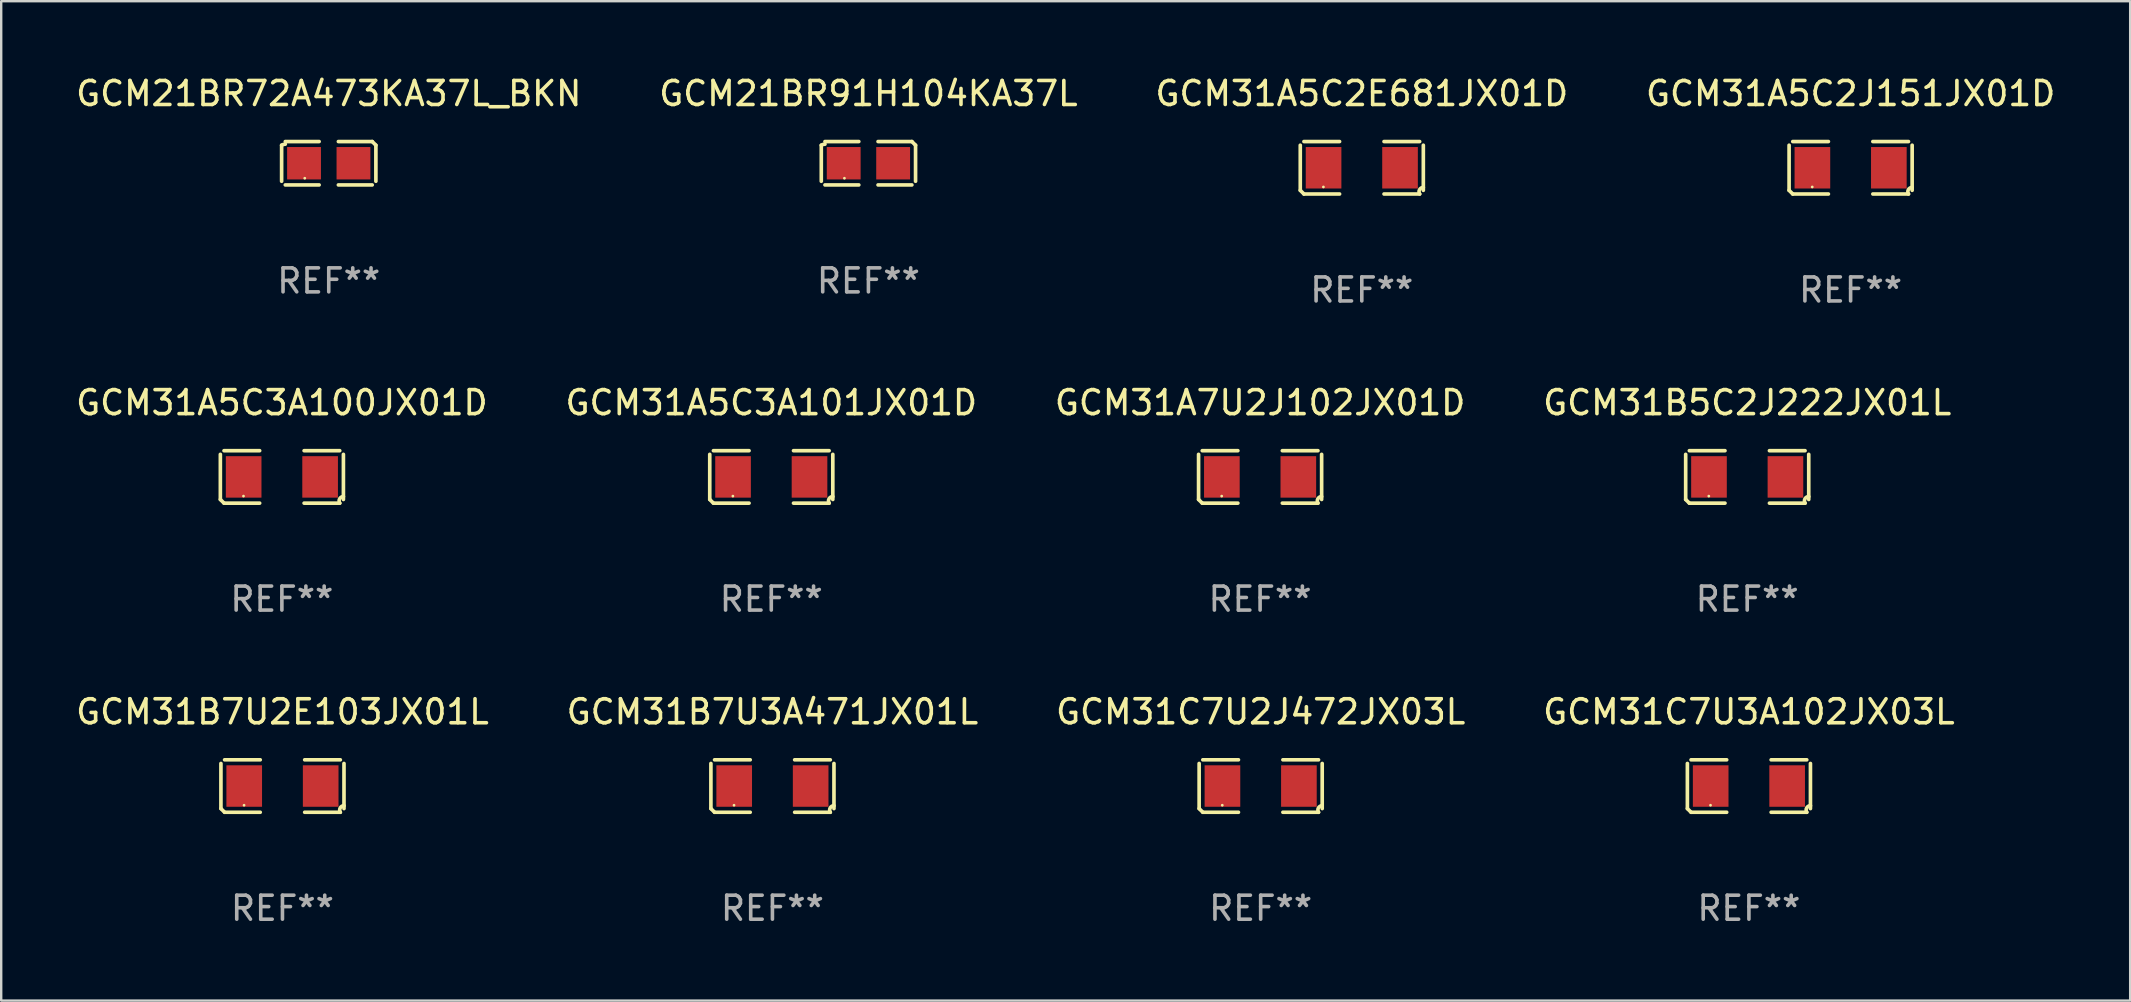
<source format=kicad_pcb>
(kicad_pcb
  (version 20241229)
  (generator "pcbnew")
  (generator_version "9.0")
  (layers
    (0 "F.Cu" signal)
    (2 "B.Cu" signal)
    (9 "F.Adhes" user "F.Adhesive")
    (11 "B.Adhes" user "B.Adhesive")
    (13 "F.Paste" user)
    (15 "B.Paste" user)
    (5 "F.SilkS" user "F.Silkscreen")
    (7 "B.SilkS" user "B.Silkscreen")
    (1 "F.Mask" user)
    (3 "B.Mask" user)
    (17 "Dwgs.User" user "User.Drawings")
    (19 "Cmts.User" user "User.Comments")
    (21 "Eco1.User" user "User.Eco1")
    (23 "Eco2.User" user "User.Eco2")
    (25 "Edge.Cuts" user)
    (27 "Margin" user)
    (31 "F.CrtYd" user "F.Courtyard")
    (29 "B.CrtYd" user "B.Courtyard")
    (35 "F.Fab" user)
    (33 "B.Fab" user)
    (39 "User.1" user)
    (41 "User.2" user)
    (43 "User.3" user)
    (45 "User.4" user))
  (footprint "GCM31B7U3A471JX01L"
    (layer "F.Cu")
    (at 29.137 29.704)
    (property "Reference" "GCM31B7U3A471JX01L" (at 0 -3.093 0) (layer "F.SilkS") (effects (font (size 1 1) (thickness 0.15))))
    (attr through_hole)
    (fp_line (start -2.564 0.94) (end -2.564 -0.94) (stroke (width 0.152) (type solid)) (layer "F.SilkS"))
    (fp_line (start -2.411 -1.093) (end -0.926 -1.093) (stroke (width 0.152) (type solid)) (layer "F.SilkS"))
    (fp_line (start -0.926 1.093) (end -2.411 1.093) (stroke (width 0.152) (type solid)) (layer "F.SilkS"))
    (fp_line (start 0.926 1.093) (end 2.411 1.093) (stroke (width 0.152) (type solid)) (layer "F.SilkS"))
    (fp_line (start 2.411 -1.093) (end 0.926 -1.093) (stroke (width 0.152) (type solid)) (layer "F.SilkS"))
    (fp_line (start 2.564 0.94) (end 2.564 -0.94) (stroke (width 0.152) (type solid)) (layer "F.SilkS"))
    (fp_arc (start -2.411201 1.092609) (mid -2.487413 1.01642) (end -2.563602 0.940208) (stroke (width 0.1524) (type solid)) (layer "F.SilkS"))
    (fp_arc (start 2.411201 1.092609) (mid 2.407159 0.911226) (end 2.563602 0.819347) (stroke (width 0.1524) (type solid)) (layer "F.SilkS"))
    (fp_circle (center -1.6 0.8) (end -1.57 0.8) (stroke (width 0.06) (type solid)) (fill no) (layer "F.SilkS"))
    (fp_text user "REF**" (at 0 5.093 0) (layer "F.Fab") (effects (font (size 1 1) (thickness 0.15))))
    (pad "1" smd rect (at -1.593 0) (size 1.485 1.728) (layers "F.Cu" "F.Mask" "F.Paste"))
    (pad "2" smd rect (at 1.593 0) (size 1.485 1.728) (layers "F.Cu" "F.Mask" "F.Paste")))
  (footprint "GCM31A5C2J151JX01D"
    (layer "F.Cu")
    (at 74.065 3.941)
    (property "Reference" "GCM31A5C2J151JX01D" (at 0 -3.093 0) (layer "F.SilkS") (effects (font (size 1 1) (thickness 0.15))))
    (attr through_hole)
    (fp_line (start -2.564 0.94) (end -2.564 -0.94) (stroke (width 0.152) (type solid)) (layer "F.SilkS"))
    (fp_line (start -2.411 -1.093) (end -0.926 -1.093) (stroke (width 0.152) (type solid)) (layer "F.SilkS"))
    (fp_line (start -0.926 1.093) (end -2.411 1.093) (stroke (width 0.152) (type solid)) (layer "F.SilkS"))
    (fp_line (start 0.926 1.093) (end 2.411 1.093) (stroke (width 0.152) (type solid)) (layer "F.SilkS"))
    (fp_line (start 2.411 -1.093) (end 0.926 -1.093) (stroke (width 0.152) (type solid)) (layer "F.SilkS"))
    (fp_line (start 2.564 0.94) (end 2.564 -0.94) (stroke (width 0.152) (type solid)) (layer "F.SilkS"))
    (fp_arc (start -2.411201 1.092609) (mid -2.487413 1.01642) (end -2.563602 0.940208) (stroke (width 0.1524) (type solid)) (layer "F.SilkS"))
    (fp_arc (start 2.411201 1.092609) (mid 2.407159 0.911226) (end 2.563602 0.819347) (stroke (width 0.1524) (type solid)) (layer "F.SilkS"))
    (fp_circle (center -1.6 0.8) (end -1.57 0.8) (stroke (width 0.06) (type solid)) (fill no) (layer "F.SilkS"))
    (fp_text user "REF**" (at 0 5.093 0) (layer "F.Fab") (effects (font (size 1 1) (thickness 0.15))))
    (pad "1" smd rect (at -1.593 0) (size 1.485 1.728) (layers "F.Cu" "F.Mask" "F.Paste"))
    (pad "2" smd rect (at 1.593 0) (size 1.485 1.728) (layers "F.Cu" "F.Mask" "F.Paste")))
  (footprint "GCM21BR72A473KA37L_BKN"
    (layer "F.Cu")
    (at 10.649 3.752)
    (property "Reference" "GCM21BR72A473KA37L_BKN" (at 0 -2.904 0) (layer "F.SilkS") (effects (font (size 1 1) (thickness 0.15))))
    (attr through_hole)
    (fp_line (start -1.964 0.751) (end -1.964 -0.751) (stroke (width 0.152) (type solid)) (layer "F.SilkS"))
    (fp_line (start -1.811 -0.904) (end -0.401 -0.904) (stroke (width 0.152) (type solid)) (layer "F.SilkS"))
    (fp_line (start -0.401 0.904) (end -1.811 0.904) (stroke (width 0.152) (type solid)) (layer "F.SilkS"))
    (fp_line (start 0.401 0.904) (end 1.811 0.904) (stroke (width 0.152) (type solid)) (layer "F.SilkS"))
    (fp_line (start 1.811 -0.904) (end 0.401 -0.904) (stroke (width 0.152) (type solid)) (layer "F.SilkS"))
    (fp_line (start 1.964 0.751) (end 1.964 -0.751) (stroke (width 0.152) (type solid)) (layer "F.SilkS"))
    (fp_arc (start -1.963602 -0.751207) (mid -1.890354 -0.783131) (end -1.811201 -0.794044) (stroke (width 0.1524) (type solid)) (layer "F.SilkS"))
    (fp_arc (start 1.811202 -0.903607) (mid 1.887413 -0.827418) (end 1.963602 -0.751207) (stroke (width 0.1524) (type solid)) (layer "F.SilkS"))
    (fp_circle (center -1 0.625) (end -0.97 0.625) (stroke (width 0.06) (type solid)) (fill no) (layer "F.SilkS"))
    (fp_text user "REF**" (at 0 4.904 0) (layer "F.Fab") (effects (font (size 1 1) (thickness 0.15))))
    (pad "1" smd rect (at -1.03 0) (size 1.41 1.35) (layers "F.Cu" "F.Mask" "F.Paste"))
    (pad "2" smd rect (at 1.03 0) (size 1.41 1.35) (layers "F.Cu" "F.Mask" "F.Paste")))
  (footprint "GCM21BR91H104KA37L"
    (layer "F.Cu")
    (at 33.137 3.752)
    (property "Reference" "GCM21BR91H104KA37L" (at 0 -2.904 0) (layer "F.SilkS") (effects (font (size 1 1) (thickness 0.15))))
    (attr through_hole)
    (fp_line (start -1.964 0.751) (end -1.964 -0.751) (stroke (width 0.152) (type solid)) (layer "F.SilkS"))
    (fp_line (start -1.811 -0.904) (end -0.401 -0.904) (stroke (width 0.152) (type solid)) (layer "F.SilkS"))
    (fp_line (start -0.401 0.904) (end -1.811 0.904) (stroke (width 0.152) (type solid)) (layer "F.SilkS"))
    (fp_line (start 0.401 0.904) (end 1.811 0.904) (stroke (width 0.152) (type solid)) (layer "F.SilkS"))
    (fp_line (start 1.811 -0.904) (end 0.401 -0.904) (stroke (width 0.152) (type solid)) (layer "F.SilkS"))
    (fp_line (start 1.964 0.751) (end 1.964 -0.751) (stroke (width 0.152) (type solid)) (layer "F.SilkS"))
    (fp_arc (start -1.963602 -0.751207) (mid -1.890354 -0.783131) (end -1.811201 -0.794044) (stroke (width 0.1524) (type solid)) (layer "F.SilkS"))
    (fp_arc (start 1.811202 -0.903607) (mid 1.887413 -0.827418) (end 1.963602 -0.751207) (stroke (width 0.1524) (type solid)) (layer "F.SilkS"))
    (fp_circle (center -1 0.625) (end -0.97 0.625) (stroke (width 0.06) (type solid)) (fill no) (layer "F.SilkS"))
    (fp_text user "REF**" (at 0 4.904 0) (layer "F.Fab") (effects (font (size 1 1) (thickness 0.15))))
    (pad "1" smd rect (at -1.03 0) (size 1.41 1.35) (layers "F.Cu" "F.Mask" "F.Paste"))
    (pad "2" smd rect (at 1.03 0) (size 1.41 1.35) (layers "F.Cu" "F.Mask" "F.Paste")))
  (footprint "GCM31A5C3A101JX01D"
    (layer "F.Cu")
    (at 29.089 16.823)
    (property "Reference" "GCM31A5C3A101JX01D" (at 0 -3.093 0) (layer "F.SilkS") (effects (font (size 1 1) (thickness 0.15))))
    (attr through_hole)
    (fp_line (start -2.564 0.94) (end -2.564 -0.94) (stroke (width 0.152) (type solid)) (layer "F.SilkS"))
    (fp_line (start -2.411 -1.093) (end -0.926 -1.093) (stroke (width 0.152) (type solid)) (layer "F.SilkS"))
    (fp_line (start -0.926 1.093) (end -2.411 1.093) (stroke (width 0.152) (type solid)) (layer "F.SilkS"))
    (fp_line (start 0.926 1.093) (end 2.411 1.093) (stroke (width 0.152) (type solid)) (layer "F.SilkS"))
    (fp_line (start 2.411 -1.093) (end 0.926 -1.093) (stroke (width 0.152) (type solid)) (layer "F.SilkS"))
    (fp_line (start 2.564 0.94) (end 2.564 -0.94) (stroke (width 0.152) (type solid)) (layer "F.SilkS"))
    (fp_arc (start -2.411201 1.092609) (mid -2.487413 1.01642) (end -2.563602 0.940208) (stroke (width 0.1524) (type solid)) (layer "F.SilkS"))
    (fp_arc (start 2.411201 1.092609) (mid 2.407159 0.911226) (end 2.563602 0.819347) (stroke (width 0.1524) (type solid)) (layer "F.SilkS"))
    (fp_circle (center -1.6 0.8) (end -1.57 0.8) (stroke (width 0.06) (type solid)) (fill no) (layer "F.SilkS"))
    (fp_text user "REF**" (at 0 5.093 0) (layer "F.Fab") (effects (font (size 1 1) (thickness 0.15))))
    (pad "1" smd rect (at -1.593 0) (size 1.485 1.728) (layers "F.Cu" "F.Mask" "F.Paste"))
    (pad "2" smd rect (at 1.593 0) (size 1.485 1.728) (layers "F.Cu" "F.Mask" "F.Paste")))
  (footprint "GCM31B7U2E103JX01L"
    (layer "F.Cu")
    (at 8.72 29.704)
    (property "Reference" "GCM31B7U2E103JX01L" (at 0 -3.093 0) (layer "F.SilkS") (effects (font (size 1 1) (thickness 0.15))))
    (attr through_hole)
    (fp_line (start -2.564 0.94) (end -2.564 -0.94) (stroke (width 0.152) (type solid)) (layer "F.SilkS"))
    (fp_line (start -2.411 -1.093) (end -0.926 -1.093) (stroke (width 0.152) (type solid)) (layer "F.SilkS"))
    (fp_line (start -0.926 1.093) (end -2.411 1.093) (stroke (width 0.152) (type solid)) (layer "F.SilkS"))
    (fp_line (start 0.926 1.093) (end 2.411 1.093) (stroke (width 0.152) (type solid)) (layer "F.SilkS"))
    (fp_line (start 2.411 -1.093) (end 0.926 -1.093) (stroke (width 0.152) (type solid)) (layer "F.SilkS"))
    (fp_line (start 2.564 0.94) (end 2.564 -0.94) (stroke (width 0.152) (type solid)) (layer "F.SilkS"))
    (fp_arc (start -2.411201 1.092609) (mid -2.487413 1.01642) (end -2.563602 0.940208) (stroke (width 0.1524) (type solid)) (layer "F.SilkS"))
    (fp_arc (start 2.411201 1.092609) (mid 2.407159 0.911226) (end 2.563602 0.819347) (stroke (width 0.1524) (type solid)) (layer "F.SilkS"))
    (fp_circle (center -1.6 0.8) (end -1.57 0.8) (stroke (width 0.06) (type solid)) (fill no) (layer "F.SilkS"))
    (fp_text user "REF**" (at 0 5.093 0) (layer "F.Fab") (effects (font (size 1 1) (thickness 0.15))))
    (pad "1" smd rect (at -1.593 0) (size 1.485 1.728) (layers "F.Cu" "F.Mask" "F.Paste"))
    (pad "2" smd rect (at 1.593 0) (size 1.485 1.728) (layers "F.Cu" "F.Mask" "F.Paste")))
  (footprint "GCM31B5C2J222JX01L"
    (layer "F.Cu")
    (at 69.756 16.823)
    (property "Reference" "GCM31B5C2J222JX01L" (at 0 -3.093 0) (layer "F.SilkS") (effects (font (size 1 1) (thickness 0.15))))
    (attr through_hole)
    (fp_line (start -2.564 0.94) (end -2.564 -0.94) (stroke (width 0.152) (type solid)) (layer "F.SilkS"))
    (fp_line (start -2.411 -1.093) (end -0.926 -1.093) (stroke (width 0.152) (type solid)) (layer "F.SilkS"))
    (fp_line (start -0.926 1.093) (end -2.411 1.093) (stroke (width 0.152) (type solid)) (layer "F.SilkS"))
    (fp_line (start 0.926 1.093) (end 2.411 1.093) (stroke (width 0.152) (type solid)) (layer "F.SilkS"))
    (fp_line (start 2.411 -1.093) (end 0.926 -1.093) (stroke (width 0.152) (type solid)) (layer "F.SilkS"))
    (fp_line (start 2.564 0.94) (end 2.564 -0.94) (stroke (width 0.152) (type solid)) (layer "F.SilkS"))
    (fp_arc (start -2.411201 1.092609) (mid -2.487413 1.01642) (end -2.563602 0.940208) (stroke (width 0.1524) (type solid)) (layer "F.SilkS"))
    (fp_arc (start 2.411201 1.092609) (mid 2.407159 0.911226) (end 2.563602 0.819347) (stroke (width 0.1524) (type solid)) (layer "F.SilkS"))
    (fp_circle (center -1.6 0.8) (end -1.57 0.8) (stroke (width 0.06) (type solid)) (fill no) (layer "F.SilkS"))
    (fp_text user "REF**" (at 0 5.093 0) (layer "F.Fab") (effects (font (size 1 1) (thickness 0.15))))
    (pad "1" smd rect (at -1.593 0) (size 1.485 1.728) (layers "F.Cu" "F.Mask" "F.Paste"))
    (pad "2" smd rect (at 1.593 0) (size 1.485 1.728) (layers "F.Cu" "F.Mask" "F.Paste")))
  (footprint "GCM31A7U2J102JX01D"
    (layer "F.Cu")
    (at 49.458 16.823)
    (property "Reference" "GCM31A7U2J102JX01D" (at 0 -3.093 0) (layer "F.SilkS") (effects (font (size 1 1) (thickness 0.15))))
    (attr through_hole)
    (fp_line (start -2.564 0.94) (end -2.564 -0.94) (stroke (width 0.152) (type solid)) (layer "F.SilkS"))
    (fp_line (start -2.411 -1.093) (end -0.926 -1.093) (stroke (width 0.152) (type solid)) (layer "F.SilkS"))
    (fp_line (start -0.926 1.093) (end -2.411 1.093) (stroke (width 0.152) (type solid)) (layer "F.SilkS"))
    (fp_line (start 0.926 1.093) (end 2.411 1.093) (stroke (width 0.152) (type solid)) (layer "F.SilkS"))
    (fp_line (start 2.411 -1.093) (end 0.926 -1.093) (stroke (width 0.152) (type solid)) (layer "F.SilkS"))
    (fp_line (start 2.564 0.94) (end 2.564 -0.94) (stroke (width 0.152) (type solid)) (layer "F.SilkS"))
    (fp_arc (start -2.411201 1.092609) (mid -2.487413 1.01642) (end -2.563602 0.940208) (stroke (width 0.1524) (type solid)) (layer "F.SilkS"))
    (fp_arc (start 2.411201 1.092609) (mid 2.407159 0.911226) (end 2.563602 0.819347) (stroke (width 0.1524) (type solid)) (layer "F.SilkS"))
    (fp_circle (center -1.6 0.8) (end -1.57 0.8) (stroke (width 0.06) (type solid)) (fill no) (layer "F.SilkS"))
    (fp_text user "REF**" (at 0 5.093 0) (layer "F.Fab") (effects (font (size 1 1) (thickness 0.15))))
    (pad "1" smd rect (at -1.593 0) (size 1.485 1.728) (layers "F.Cu" "F.Mask" "F.Paste"))
    (pad "2" smd rect (at 1.593 0) (size 1.485 1.728) (layers "F.Cu" "F.Mask" "F.Paste")))
  (footprint "GCM31A5C3A100JX01D"
    (layer "F.Cu")
    (at 8.696 16.823)
    (property "Reference" "GCM31A5C3A100JX01D" (at 0 -3.093 0) (layer "F.SilkS") (effects (font (size 1 1) (thickness 0.15))))
    (attr through_hole)
    (fp_line (start -2.564 0.94) (end -2.564 -0.94) (stroke (width 0.152) (type solid)) (layer "F.SilkS"))
    (fp_line (start -2.411 -1.093) (end -0.926 -1.093) (stroke (width 0.152) (type solid)) (layer "F.SilkS"))
    (fp_line (start -0.926 1.093) (end -2.411 1.093) (stroke (width 0.152) (type solid)) (layer "F.SilkS"))
    (fp_line (start 0.926 1.093) (end 2.411 1.093) (stroke (width 0.152) (type solid)) (layer "F.SilkS"))
    (fp_line (start 2.411 -1.093) (end 0.926 -1.093) (stroke (width 0.152) (type solid)) (layer "F.SilkS"))
    (fp_line (start 2.564 0.94) (end 2.564 -0.94) (stroke (width 0.152) (type solid)) (layer "F.SilkS"))
    (fp_arc (start -2.411201 1.092609) (mid -2.487413 1.01642) (end -2.563602 0.940208) (stroke (width 0.1524) (type solid)) (layer "F.SilkS"))
    (fp_arc (start 2.411201 1.092609) (mid 2.407159 0.911226) (end 2.563602 0.819347) (stroke (width 0.1524) (type solid)) (layer "F.SilkS"))
    (fp_circle (center -1.6 0.8) (end -1.57 0.8) (stroke (width 0.06) (type solid)) (fill no) (layer "F.SilkS"))
    (fp_text user "REF**" (at 0 5.093 0) (layer "F.Fab") (effects (font (size 1 1) (thickness 0.15))))
    (pad "1" smd rect (at -1.593 0) (size 1.485 1.728) (layers "F.Cu" "F.Mask" "F.Paste"))
    (pad "2" smd rect (at 1.593 0) (size 1.485 1.728) (layers "F.Cu" "F.Mask" "F.Paste")))
  (footprint "GCM31C7U2J472JX03L"
    (layer "F.Cu")
    (at 49.482 29.704)
    (property "Reference" "GCM31C7U2J472JX03L" (at 0 -3.093 0) (layer "F.SilkS") (effects (font (size 1 1) (thickness 0.15))))
    (attr through_hole)
    (fp_line (start -2.564 0.94) (end -2.564 -0.94) (stroke (width 0.152) (type solid)) (layer "F.SilkS"))
    (fp_line (start -2.411 -1.093) (end -0.926 -1.093) (stroke (width 0.152) (type solid)) (layer "F.SilkS"))
    (fp_line (start -0.926 1.093) (end -2.411 1.093) (stroke (width 0.152) (type solid)) (layer "F.SilkS"))
    (fp_line (start 0.926 1.093) (end 2.411 1.093) (stroke (width 0.152) (type solid)) (layer "F.SilkS"))
    (fp_line (start 2.411 -1.093) (end 0.926 -1.093) (stroke (width 0.152) (type solid)) (layer "F.SilkS"))
    (fp_line (start 2.564 0.94) (end 2.564 -0.94) (stroke (width 0.152) (type solid)) (layer "F.SilkS"))
    (fp_arc (start -2.411201 1.092609) (mid -2.487413 1.01642) (end -2.563602 0.940208) (stroke (width 0.1524) (type solid)) (layer "F.SilkS"))
    (fp_arc (start 2.411201 1.092609) (mid 2.407159 0.911226) (end 2.563602 0.819347) (stroke (width 0.1524) (type solid)) (layer "F.SilkS"))
    (fp_circle (center -1.6 0.8) (end -1.57 0.8) (stroke (width 0.06) (type solid)) (fill no) (layer "F.SilkS"))
    (fp_text user "REF**" (at 0 5.093 0) (layer "F.Fab") (effects (font (size 1 1) (thickness 0.15))))
    (pad "1" smd rect (at -1.593 0) (size 1.485 1.728) (layers "F.Cu" "F.Mask" "F.Paste"))
    (pad "2" smd rect (at 1.593 0) (size 1.485 1.728) (layers "F.Cu" "F.Mask" "F.Paste")))
  (footprint "GCM31A5C2E681JX01D"
    (layer "F.Cu")
    (at 53.696 3.941)
    (property "Reference" "GCM31A5C2E681JX01D" (at 0 -3.093 0) (layer "F.SilkS") (effects (font (size 1 1) (thickness 0.15))))
    (attr through_hole)
    (fp_line (start -2.564 0.94) (end -2.564 -0.94) (stroke (width 0.152) (type solid)) (layer "F.SilkS"))
    (fp_line (start -2.411 -1.093) (end -0.926 -1.093) (stroke (width 0.152) (type solid)) (layer "F.SilkS"))
    (fp_line (start -0.926 1.093) (end -2.411 1.093) (stroke (width 0.152) (type solid)) (layer "F.SilkS"))
    (fp_line (start 0.926 1.093) (end 2.411 1.093) (stroke (width 0.152) (type solid)) (layer "F.SilkS"))
    (fp_line (start 2.411 -1.093) (end 0.926 -1.093) (stroke (width 0.152) (type solid)) (layer "F.SilkS"))
    (fp_line (start 2.564 0.94) (end 2.564 -0.94) (stroke (width 0.152) (type solid)) (layer "F.SilkS"))
    (fp_arc (start -2.411201 1.092609) (mid -2.487413 1.01642) (end -2.563602 0.940208) (stroke (width 0.1524) (type solid)) (layer "F.SilkS"))
    (fp_arc (start 2.411201 1.092609) (mid 2.407159 0.911226) (end 2.563602 0.819347) (stroke (width 0.1524) (type solid)) (layer "F.SilkS"))
    (fp_circle (center -1.6 0.8) (end -1.57 0.8) (stroke (width 0.06) (type solid)) (fill no) (layer "F.SilkS"))
    (fp_text user "REF**" (at 0 5.093 0) (layer "F.Fab") (effects (font (size 1 1) (thickness 0.15))))
    (pad "1" smd rect (at -1.593 0) (size 1.485 1.728) (layers "F.Cu" "F.Mask" "F.Paste"))
    (pad "2" smd rect (at 1.593 0) (size 1.485 1.728) (layers "F.Cu" "F.Mask" "F.Paste")))
  (footprint "GCM31C7U3A102JX03L"
    (layer "F.Cu")
    (at 69.827 29.704)
    (property "Reference" "GCM31C7U3A102JX03L" (at 0 -3.093 0) (layer "F.SilkS") (effects (font (size 1 1) (thickness 0.15))))
    (attr through_hole)
    (fp_line (start -2.564 0.94) (end -2.564 -0.94) (stroke (width 0.152) (type solid)) (layer "F.SilkS"))
    (fp_line (start -2.411 -1.093) (end -0.926 -1.093) (stroke (width 0.152) (type solid)) (layer "F.SilkS"))
    (fp_line (start -0.926 1.093) (end -2.411 1.093) (stroke (width 0.152) (type solid)) (layer "F.SilkS"))
    (fp_line (start 0.926 1.093) (end 2.411 1.093) (stroke (width 0.152) (type solid)) (layer "F.SilkS"))
    (fp_line (start 2.411 -1.093) (end 0.926 -1.093) (stroke (width 0.152) (type solid)) (layer "F.SilkS"))
    (fp_line (start 2.564 0.94) (end 2.564 -0.94) (stroke (width 0.152) (type solid)) (layer "F.SilkS"))
    (fp_arc (start -2.411201 1.092609) (mid -2.487413 1.01642) (end -2.563602 0.940208) (stroke (width 0.1524) (type solid)) (layer "F.SilkS"))
    (fp_arc (start 2.411201 1.092609) (mid 2.407159 0.911226) (end 2.563602 0.819347) (stroke (width 0.1524) (type solid)) (layer "F.SilkS"))
    (fp_circle (center -1.6 0.8) (end -1.57 0.8) (stroke (width 0.06) (type solid)) (fill no) (layer "F.SilkS"))
    (fp_text user "REF**" (at 0 5.093 0) (layer "F.Fab") (effects (font (size 1 1) (thickness 0.15))))
    (pad "1" smd rect (at -1.593 0) (size 1.485 1.728) (layers "F.Cu" "F.Mask" "F.Paste"))
    (pad "2" smd rect (at 1.593 0) (size 1.485 1.728) (layers "F.Cu" "F.Mask" "F.Paste")))
  (gr_rect
    (start -3 -3)
    (end 85.714 38.645)
    (stroke (width 0.1) (type default))
    (fill no)
    (layer "Edge.Cuts")))
</source>
